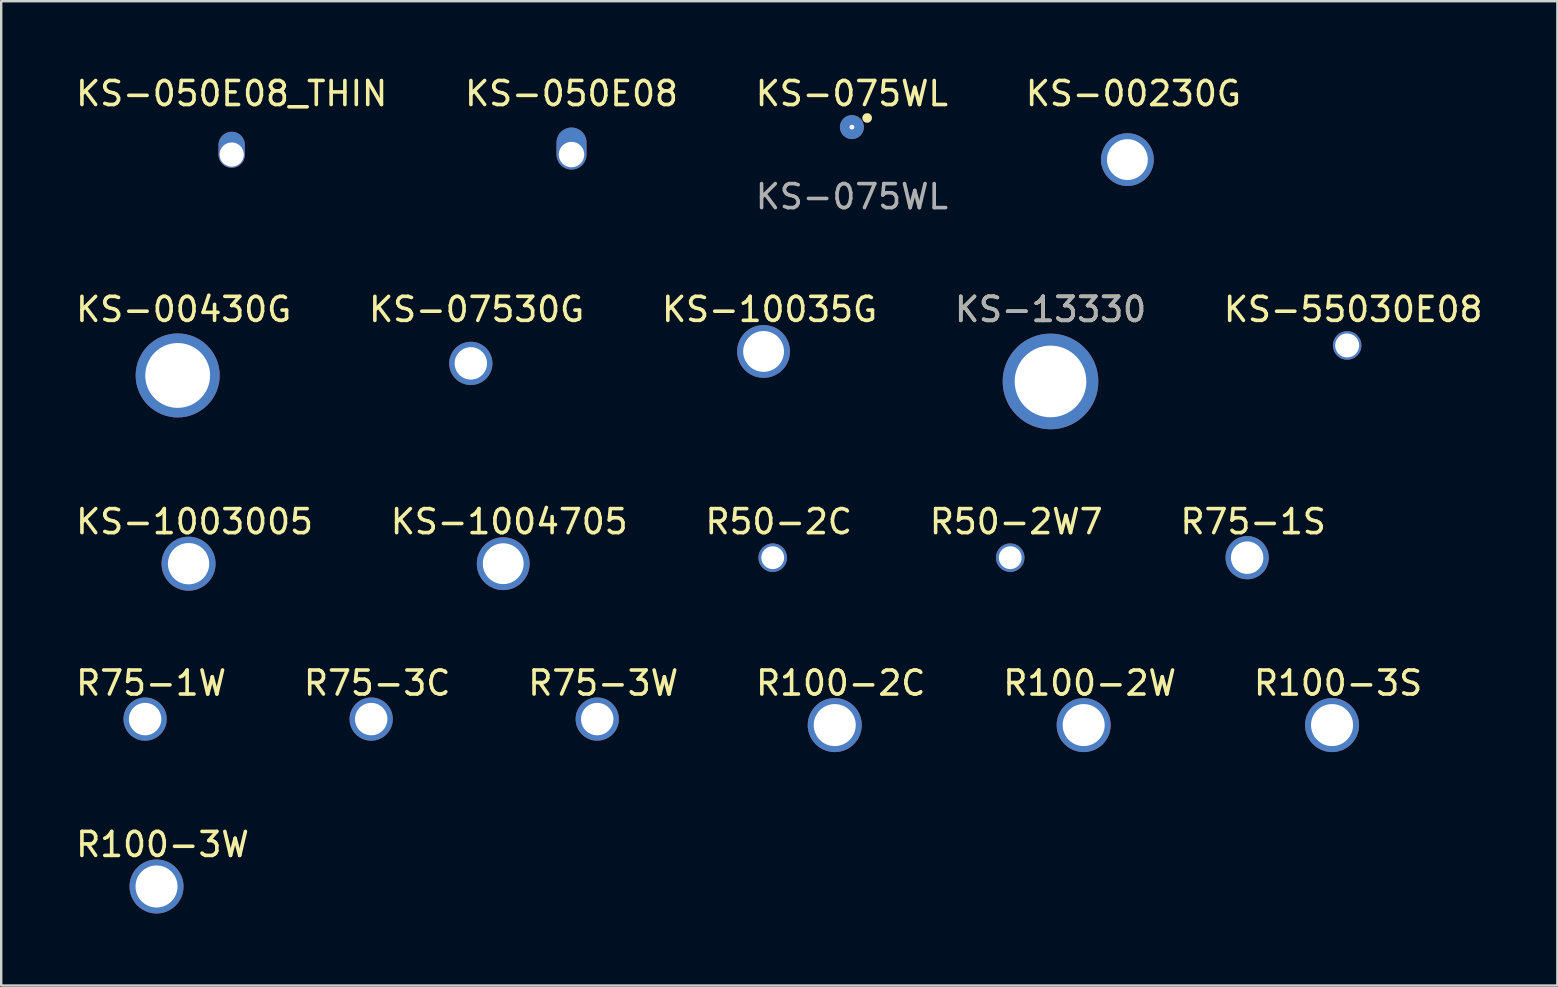
<source format=kicad_pcb>
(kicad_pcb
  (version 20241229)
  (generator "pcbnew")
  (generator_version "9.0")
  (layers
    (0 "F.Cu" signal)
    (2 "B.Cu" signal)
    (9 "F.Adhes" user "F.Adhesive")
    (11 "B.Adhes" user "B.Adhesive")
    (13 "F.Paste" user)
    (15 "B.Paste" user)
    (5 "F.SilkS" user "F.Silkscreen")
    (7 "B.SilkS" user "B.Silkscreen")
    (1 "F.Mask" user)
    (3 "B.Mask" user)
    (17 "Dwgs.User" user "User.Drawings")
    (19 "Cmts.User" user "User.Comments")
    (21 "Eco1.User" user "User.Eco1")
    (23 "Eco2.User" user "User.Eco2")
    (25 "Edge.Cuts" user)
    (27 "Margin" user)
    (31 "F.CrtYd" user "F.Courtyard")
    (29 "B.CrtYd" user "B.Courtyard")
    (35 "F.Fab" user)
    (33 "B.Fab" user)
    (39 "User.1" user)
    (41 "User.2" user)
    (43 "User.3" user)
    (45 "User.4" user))
  (footprint "R50-2C"
    (layer "F.Cu")
    (at 29.137 20.18)
    (property "Reference" "R50-2C" (at 0.25 -1.5 0) (layer "F.SilkS") (effects (font (size 1 1) (thickness 0.15))))
    (attr through_hole)
    (pad "1" thru_hole circle (at 0 0) (size 1.19 1.19) (drill 0.95) (layers "*.Cu" "*.Mask")))
  (footprint "KS-00230G"
    (layer "F.Cu")
    (at 43.911 3.598)
    (property "Reference" "KS-00230G" (at 0.25 -2.75 0) (layer "F.SilkS") (effects (font (size 1 1) (thickness 0.15))))
    (attr through_hole)
    (pad "1" thru_hole circle (at 0 0) (size 2.2 2.2) (drill 1.7) (layers "*.Cu" "*.Mask")))
  (footprint "R75-3W"
    (layer "F.Cu")
    (at 21.827 26.903)
    (property "Reference" "R75-3W" (at 0.25 -1.5 0) (layer "F.SilkS") (effects (font (size 1 1) (thickness 0.15))))
    (attr through_hole)
    (pad "1" thru_hole circle (at 0 0) (size 1.8 1.8) (drill 1.35) (layers "*.Cu" "*.Mask")))
  (footprint "KS-1004705"
    (layer "F.Cu")
    (at 17.911 20.43)
    (property "Reference" "KS-1004705" (at 0.25 -1.75 0) (layer "F.SilkS") (effects (font (size 1 1) (thickness 0.15))))
    (attr through_hole)
    (pad "1" thru_hole circle (at 0 0) (size 2.2 2.2) (drill 1.7) (layers "*.Cu" "*.Mask")))
  (footprint "KS-050E08"
    (layer "F.Cu")
    (at 20.756 3.388)
    (property "Reference" "KS-050E08" (at 0 -2.54 0) (layer "F.SilkS") (effects (font (size 1 1) (thickness 0.15))))
    (attr through_hole)
    (pad "1" thru_hole oval (at 0 0) (size 1.25 1.75) (drill 1.06 (offset 0 -0.25)) (layers "*.Cu" "*.Mask")))
  (footprint "R75-3C"
    (layer "F.Cu")
    (at 12.411 26.903)
    (property "Reference" "R75-3C" (at 0.25 -1.5 0) (layer "F.SilkS") (effects (font (size 1 1) (thickness 0.15))))
    (attr through_hole)
    (pad "1" thru_hole circle (at 0 0) (size 1.8 1.8) (drill 1.35) (layers "*.Cu" "*.Mask")))
  (footprint "KS-00430G"
    (layer "F.Cu")
    (at 4.351 12.589)
    (property "Reference" "KS-00430G" (at 0.25 -2.75 0) (layer "F.SilkS") (effects (font (size 1 1) (thickness 0.15))))
    (attr through_hole)
    (pad "1" thru_hole circle (at 0 0) (size 3.5 3.5) (drill 2.7) (layers "*.Cu" "*.Mask")))
  (footprint "KS-55030E08"
    (layer "F.Cu")
    (at 53.065 11.339)
    (property "Reference" "KS-55030E08" (at 0.25 -1.5 0) (layer "F.SilkS") (effects (font (size 1 1) (thickness 0.15))))
    (attr through_hole)
    (pad "1" thru_hole circle (at 0 0) (size 1.19 1.19) (drill 1) (layers "*.Cu" "*.Mask")))
  (footprint "KS-1003005"
    (layer "F.Cu")
    (at 4.804 20.43)
    (property "Reference" "KS-1003005" (at 0.25 -1.75 0) (layer "F.SilkS") (effects (font (size 1 1) (thickness 0.15))))
    (attr through_hole)
    (pad "1" thru_hole circle (at 0 0) (size 2.25 2.25) (drill 1.72) (layers "*.Cu" "*.Mask")))
  (footprint "KS-10035G"
    (layer "F.Cu")
    (at 28.756 11.589)
    (property "Reference" "KS-10035G" (at 0.25 -1.75 0) (layer "F.SilkS") (effects (font (size 1 1) (thickness 0.15))))
    (attr through_hole)
    (pad "1" thru_hole circle (at 0 0) (size 2.2 2.2) (drill 1.7) (layers "*.Cu" "*.Mask")))
  (footprint "KS-050E08_THIN"
    (layer "F.Cu")
    (at 6.601 3.388)
    (property "Reference" "KS-050E08_THIN" (at 0 -2.54 0) (layer "F.SilkS") (effects (font (size 1 1) (thickness 0.15))))
    (attr through_hole)
    (pad "1" thru_hole oval (at 0 0) (size 1.1 1.5) (drill 1.01 (offset 0 -0.2)) (layers "*.Cu" "F.Mask")))
  (footprint "KS-07530G"
    (layer "F.Cu")
    (at 16.562 12.087)
    (property "Reference" "KS-07530G" (at 0.241 -2.248 0) (layer "F.SilkS") (effects (font (size 1 1) (thickness 0.15))))
    (attr through_hole)
    (pad "1" thru_hole circle (at 0 0) (size 1.8 1.8) (drill 1.35) (layers "*.Cu" "*.Mask")))
  (footprint "R100-3S"
    (layer "F.Cu")
    (at 52.435 27.153)
    (property "Reference" "R100-3S" (at 0.25 -1.75 0) (layer "F.SilkS") (effects (font (size 1 1) (thickness 0.15))))
    (attr through_hole)
    (pad "1" thru_hole circle (at 0 0) (size 2.25 2.25) (drill 1.75) (layers "*.Cu" "*.Mask")))
  (footprint "R100-2C"
    (layer "F.Cu")
    (at 31.72 27.153)
    (property "Reference" "R100-2C" (at 0.25 -1.75 0) (layer "F.SilkS") (effects (font (size 1 1) (thickness 0.15))))
    (attr through_hole)
    (pad "1" thru_hole circle (at 0 0) (size 2.25 2.25) (drill 1.75) (layers "*.Cu" "*.Mask")))
  (footprint "R50-2W7"
    (layer "F.Cu")
    (at 39.03 20.18)
    (property "Reference" "R50-2W7" (at 0.25 -1.5 0) (layer "F.SilkS") (effects (font (size 1 1) (thickness 0.15))))
    (attr through_hole)
    (pad "1" thru_hole circle (at 0 0) (size 1.19 1.19) (drill 0.95) (layers "*.Cu" "*.Mask")))
  (footprint "R75-1S"
    (layer "F.Cu")
    (at 48.899 20.18)
    (property "Reference" "R75-1S" (at 0.25 -1.5 0) (layer "F.SilkS") (effects (font (size 1 1) (thickness 0.15))))
    (attr through_hole)
    (pad "1" thru_hole circle (at 0 0) (size 1.8 1.8) (drill 1.35) (layers "*.Cu" "*.Mask")))
  (footprint "R100-2W"
    (layer "F.Cu")
    (at 42.089 27.153)
    (property "Reference" "R100-2W" (at 0.25 -1.75 0) (layer "F.SilkS") (effects (font (size 1 1) (thickness 0.15))))
    (attr through_hole)
    (pad "1" thru_hole circle (at 0 0) (size 2.25 2.25) (drill 1.75) (layers "*.Cu" "*.Mask")))
  (footprint "R100-3W"
    (layer "F.Cu")
    (at 3.47 33.876)
    (property "Reference" "R100-3W" (at 0.25 -1.75 0) (layer "F.SilkS") (effects (font (size 1 1) (thickness 0.15))))
    (attr through_hole)
    (pad "1" thru_hole circle (at 0 0) (size 2.25 2.25) (drill 1.75) (layers "*.Cu" "*.Mask")))
  (footprint "R75-1W"
    (layer "F.Cu")
    (at 2.994 26.903)
    (property "Reference" "R75-1W" (at 0.25 -1.5 0) (layer "F.SilkS") (effects (font (size 1 1) (thickness 0.15))))
    (attr through_hole)
    (pad "1" thru_hole circle (at 0 0) (size 1.8 1.8) (drill 1.35) (layers "*.Cu" "*.Mask")))
  (footprint "KS-13330"
    (layer "F.Cu")
    (at 40.708 12.839)
    (property "Reference" "KS-13330" (at 0 -3 0) (unlocked yes) (layer "F.SilkS") (effects (font (size 1 1) (thickness 0.15))))
    (attr through_hole)
    (fp_text user "${REFERENCE}" (at 0 -3 0) (unlocked yes) (layer "F.Fab") (effects (font (size 1 1) (thickness 0.15))))
    (pad "1" thru_hole circle (at 0 0) (size 3.985 3.985) (drill 2.985) (layers "*.Cu" "*.Mask")))
  (footprint "KS-075WL"
    (layer "F.Cu")
    (at 32.435 2.245)
    (property "Reference" "KS-075WL" (at 0 -1.397 0) (unlocked yes) (layer "F.SilkS") (effects (font (size 1 1) (thickness 0.15))))
    (attr smd)
    (fp_circle (center 0.635 -0.381) (end 0.735 -0.381) (stroke (width 0.2) (type solid)) (fill yes) (layer "F.SilkS"))
    (fp_text user "${REFERENCE}" (at 0 2.897 0) (unlocked yes) (layer "F.Fab") (effects (font (size 1 1) (thickness 0.15))))
    (pad "1" thru_hole circle (at 0 0) (size 1 1) (drill 0.2) (layers "*.Cu" "*.Mask")))
  (gr_rect
    (start -3 -3)
    (end 61.821 38.001)
    (stroke (width 0.1) (type default))
    (fill no)
    (layer "Edge.Cuts")))
</source>
